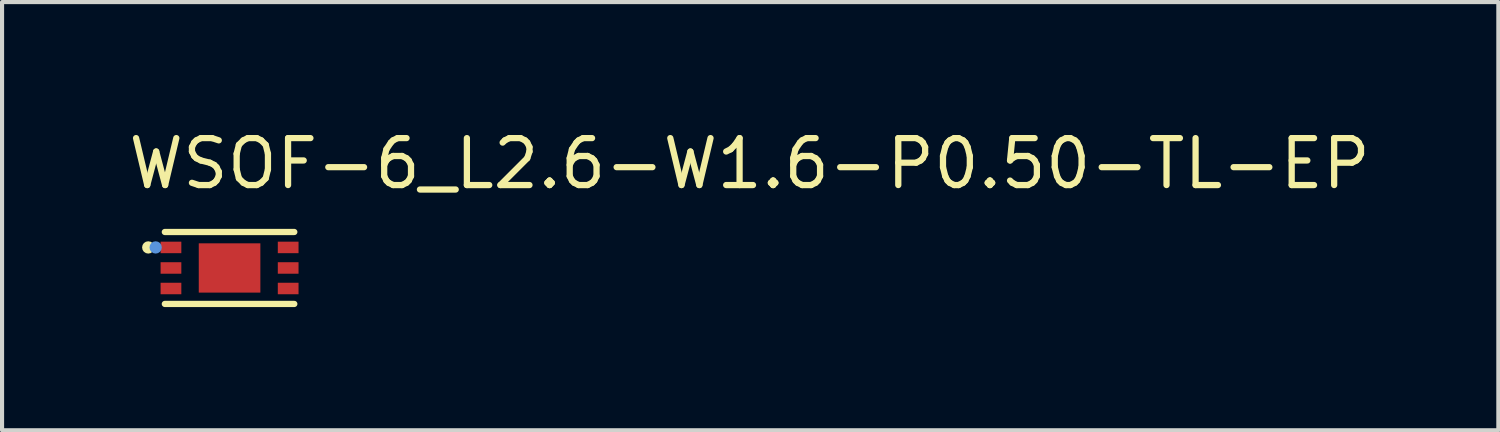
<source format=kicad_pcb>
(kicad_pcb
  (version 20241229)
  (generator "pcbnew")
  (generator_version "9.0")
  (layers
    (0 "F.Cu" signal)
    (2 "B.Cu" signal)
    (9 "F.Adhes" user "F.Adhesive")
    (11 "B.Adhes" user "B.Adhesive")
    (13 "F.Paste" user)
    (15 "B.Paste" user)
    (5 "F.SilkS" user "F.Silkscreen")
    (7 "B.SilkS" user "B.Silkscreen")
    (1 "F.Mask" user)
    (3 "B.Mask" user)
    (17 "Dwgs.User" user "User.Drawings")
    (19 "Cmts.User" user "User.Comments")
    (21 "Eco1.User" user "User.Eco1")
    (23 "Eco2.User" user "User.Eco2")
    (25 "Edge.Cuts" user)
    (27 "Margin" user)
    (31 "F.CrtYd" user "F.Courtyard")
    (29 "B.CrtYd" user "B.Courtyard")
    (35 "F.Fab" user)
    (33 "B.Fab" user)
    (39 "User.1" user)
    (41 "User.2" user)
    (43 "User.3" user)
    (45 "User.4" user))
  (footprint "WSOF-6_L2.6-W1.6-P0.50-TL-EP"
    (layer "F.Cu")
    (at 2.54 3.475)
    (property "Reference" "WSOF-6_L2.6-W1.6-P0.50-TL-EP" (at -2.54 -2.54 0) (layer "F.SilkS") (effects (font (size 1.143 1.143) (thickness 0.152)) (justify left)))
    (attr smd)
    (fp_line (start -1.576 -0.876) (end 1.576 -0.876) (stroke (width 0.152) (type solid)) (layer "F.SilkS"))
    (fp_line (start -1.576 0.876) (end 1.576 0.876) (stroke (width 0.152) (type solid)) (layer "F.SilkS"))
    (fp_circle (center -1.98 -0.5) (end -1.905 -0.5) (stroke (width 0.15) (type solid)) (fill no) (layer "F.SilkS"))
    (fp_circle (center -1.8 -0.5) (end -1.725 -0.5) (stroke (width 0.15) (type solid)) (fill no) (layer "Cmts.User"))
    (pad "1" smd rect (at -1.427 -0.5) (size 0.505 0.28) (layers "F.Cu" "F.Mask" "F.Paste"))
    (pad "2" smd rect (at -1.427 0) (size 0.505 0.28) (layers "F.Cu" "F.Mask" "F.Paste"))
    (pad "3" smd rect (at -1.427 0.5) (size 0.505 0.28) (layers "F.Cu" "F.Mask" "F.Paste"))
    (pad "4" smd rect (at 1.427 0.5) (size 0.505 0.28) (layers "F.Cu" "F.Mask" "F.Paste"))
    (pad "5" smd rect (at 1.427 0) (size 0.505 0.28) (layers "F.Cu" "F.Mask" "F.Paste"))
    (pad "6" smd rect (at 1.427 -0.5) (size 0.505 0.28) (layers "F.Cu" "F.Mask" "F.Paste"))
    (pad "7" smd rect (at 0 0) (size 1.5 1.2) (layers "F.Cu" "F.Mask" "F.Paste")))
  (gr_rect
    (start -3 -3)
    (end 33.435 7.427)
    (stroke (width 0.1) (type default))
    (fill no)
    (layer "Edge.Cuts")))
</source>
